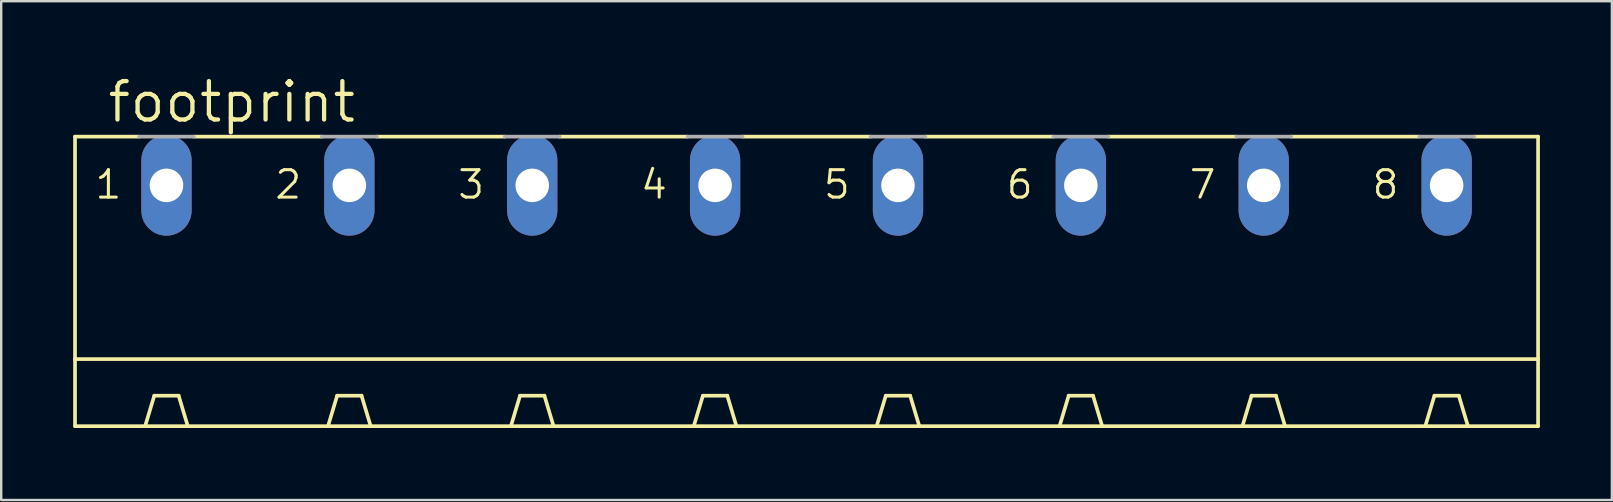
<source format=kicad_pcb>
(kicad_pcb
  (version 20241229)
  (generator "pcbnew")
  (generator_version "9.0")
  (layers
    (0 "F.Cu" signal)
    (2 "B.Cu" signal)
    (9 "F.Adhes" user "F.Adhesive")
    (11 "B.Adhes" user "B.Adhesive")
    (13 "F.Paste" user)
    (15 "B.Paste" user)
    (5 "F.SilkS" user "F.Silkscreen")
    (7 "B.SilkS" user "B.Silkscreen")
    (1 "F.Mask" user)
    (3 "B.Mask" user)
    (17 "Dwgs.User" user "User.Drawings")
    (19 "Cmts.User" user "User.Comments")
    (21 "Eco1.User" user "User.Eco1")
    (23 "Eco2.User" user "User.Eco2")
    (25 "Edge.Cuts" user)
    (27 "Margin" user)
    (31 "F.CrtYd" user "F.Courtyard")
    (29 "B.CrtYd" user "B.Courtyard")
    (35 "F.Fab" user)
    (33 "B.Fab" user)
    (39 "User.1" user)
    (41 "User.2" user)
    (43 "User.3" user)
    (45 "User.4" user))
  (footprint "footprint"
    (layer "F.Cu")
    (at 30.556 9.754)
    (property "Reference" "footprint" (at -29.21 -7.62 0) (layer "F.SilkS") (effects (font (size 1.6 1.6) (thickness 0.178)) (justify left bottom)))
    (fp_line (start -30.48 -7.112) (end -30.48 2.159) (stroke (width 0.152) (type solid)) (layer "F.SilkS"))
    (fp_line (start -30.48 -7.112) (end -27.813 -7.112) (stroke (width 0.152) (type solid)) (layer "F.SilkS"))
    (fp_line (start -30.48 2.159) (end -30.48 4.953) (stroke (width 0.152) (type solid)) (layer "F.SilkS"))
    (fp_line (start -30.48 2.159) (end 30.48 2.159) (stroke (width 0.152) (type solid)) (layer "F.SilkS"))
    (fp_line (start -27.559 4.953) (end -27.178 3.683) (stroke (width 0.152) (type solid)) (layer "F.SilkS"))
    (fp_line (start -26.162 3.683) (end -27.178 3.683) (stroke (width 0.152) (type solid)) (layer "F.SilkS"))
    (fp_line (start -25.781 4.953) (end -26.162 3.683) (stroke (width 0.152) (type solid)) (layer "F.SilkS"))
    (fp_line (start -25.527 -7.112) (end -20.193 -7.112) (stroke (width 0.152) (type solid)) (layer "F.SilkS"))
    (fp_line (start -19.939 4.953) (end -19.558 3.683) (stroke (width 0.152) (type solid)) (layer "F.SilkS"))
    (fp_line (start -19.558 3.683) (end -18.542 3.683) (stroke (width 0.152) (type solid)) (layer "F.SilkS"))
    (fp_line (start -18.161 4.953) (end -18.542 3.683) (stroke (width 0.152) (type solid)) (layer "F.SilkS"))
    (fp_line (start -17.907 -7.112) (end -12.573 -7.112) (stroke (width 0.152) (type solid)) (layer "F.SilkS"))
    (fp_line (start -12.319 4.953) (end -11.938 3.683) (stroke (width 0.152) (type solid)) (layer "F.SilkS"))
    (fp_line (start -11.938 3.683) (end -10.922 3.683) (stroke (width 0.152) (type solid)) (layer "F.SilkS"))
    (fp_line (start -10.541 4.953) (end -10.922 3.683) (stroke (width 0.152) (type solid)) (layer "F.SilkS"))
    (fp_line (start -10.287 -7.112) (end -4.953 -7.112) (stroke (width 0.152) (type solid)) (layer "F.SilkS"))
    (fp_line (start -4.699 4.953) (end -30.48 4.953) (stroke (width 0.152) (type solid)) (layer "F.SilkS"))
    (fp_line (start -4.699 4.953) (end -4.318 3.683) (stroke (width 0.152) (type solid)) (layer "F.SilkS"))
    (fp_line (start -4.318 3.683) (end -3.302 3.683) (stroke (width 0.152) (type solid)) (layer "F.SilkS"))
    (fp_line (start -2.921 4.953) (end -4.699 4.953) (stroke (width 0.152) (type solid)) (layer "F.SilkS"))
    (fp_line (start -2.921 4.953) (end -3.302 3.683) (stroke (width 0.152) (type solid)) (layer "F.SilkS"))
    (fp_line (start -2.667 -7.112) (end 2.667 -7.112) (stroke (width 0.152) (type solid)) (layer "F.SilkS"))
    (fp_line (start 2.921 4.953) (end -2.921 4.953) (stroke (width 0.152) (type solid)) (layer "F.SilkS"))
    (fp_line (start 2.921 4.953) (end 3.302 3.683) (stroke (width 0.152) (type solid)) (layer "F.SilkS"))
    (fp_line (start 3.302 3.683) (end 4.318 3.683) (stroke (width 0.152) (type solid)) (layer "F.SilkS"))
    (fp_line (start 4.699 4.953) (end 2.921 4.953) (stroke (width 0.152) (type solid)) (layer "F.SilkS"))
    (fp_line (start 4.699 4.953) (end 4.318 3.683) (stroke (width 0.152) (type solid)) (layer "F.SilkS"))
    (fp_line (start 4.953 -7.112) (end 10.287 -7.112) (stroke (width 0.152) (type solid)) (layer "F.SilkS"))
    (fp_line (start 10.541 4.953) (end 4.699 4.953) (stroke (width 0.152) (type solid)) (layer "F.SilkS"))
    (fp_line (start 10.541 4.953) (end 10.922 3.683) (stroke (width 0.152) (type solid)) (layer "F.SilkS"))
    (fp_line (start 10.922 3.683) (end 11.938 3.683) (stroke (width 0.152) (type solid)) (layer "F.SilkS"))
    (fp_line (start 12.319 4.953) (end 10.541 4.953) (stroke (width 0.152) (type solid)) (layer "F.SilkS"))
    (fp_line (start 12.319 4.953) (end 11.938 3.683) (stroke (width 0.152) (type solid)) (layer "F.SilkS"))
    (fp_line (start 12.573 -7.112) (end 17.907 -7.112) (stroke (width 0.152) (type solid)) (layer "F.SilkS"))
    (fp_line (start 18.161 4.953) (end 12.319 4.953) (stroke (width 0.152) (type solid)) (layer "F.SilkS"))
    (fp_line (start 18.161 4.953) (end 18.542 3.683) (stroke (width 0.152) (type solid)) (layer "F.SilkS"))
    (fp_line (start 18.542 3.683) (end 19.558 3.683) (stroke (width 0.152) (type solid)) (layer "F.SilkS"))
    (fp_line (start 19.939 4.953) (end 18.161 4.953) (stroke (width 0.152) (type solid)) (layer "F.SilkS"))
    (fp_line (start 19.939 4.953) (end 19.558 3.683) (stroke (width 0.152) (type solid)) (layer "F.SilkS"))
    (fp_line (start 20.193 -7.112) (end 25.527 -7.112) (stroke (width 0.152) (type solid)) (layer "F.SilkS"))
    (fp_line (start 25.781 4.953) (end 19.939 4.953) (stroke (width 0.152) (type solid)) (layer "F.SilkS"))
    (fp_line (start 25.781 4.953) (end 26.162 3.683) (stroke (width 0.152) (type solid)) (layer "F.SilkS"))
    (fp_line (start 26.162 3.683) (end 27.178 3.683) (stroke (width 0.152) (type solid)) (layer "F.SilkS"))
    (fp_line (start 27.559 4.953) (end 25.781 4.953) (stroke (width 0.152) (type solid)) (layer "F.SilkS"))
    (fp_line (start 27.559 4.953) (end 27.178 3.683) (stroke (width 0.152) (type solid)) (layer "F.SilkS"))
    (fp_line (start 27.813 -7.112) (end 30.48 -7.112) (stroke (width 0.152) (type solid)) (layer "F.SilkS"))
    (fp_line (start 30.48 -7.112) (end 30.48 2.159) (stroke (width 0.152) (type solid)) (layer "F.SilkS"))
    (fp_line (start 30.48 2.159) (end 30.48 4.953) (stroke (width 0.152) (type solid)) (layer "F.SilkS"))
    (fp_line (start 30.48 4.953) (end 27.559 4.953) (stroke (width 0.152) (type solid)) (layer "F.SilkS"))
    (fp_line (start -27.813 -7.112) (end -25.527 -7.112) (stroke (width 0.152) (type solid)) (layer "F.Fab"))
    (fp_line (start -20.193 -7.112) (end -17.907 -7.112) (stroke (width 0.152) (type solid)) (layer "F.Fab"))
    (fp_line (start -12.573 -7.112) (end -10.287 -7.112) (stroke (width 0.152) (type solid)) (layer "F.Fab"))
    (fp_line (start -4.953 -7.112) (end -2.667 -7.112) (stroke (width 0.152) (type solid)) (layer "F.Fab"))
    (fp_line (start 2.667 -7.112) (end 4.953 -7.112) (stroke (width 0.152) (type solid)) (layer "F.Fab"))
    (fp_line (start 10.287 -7.112) (end 12.573 -7.112) (stroke (width 0.152) (type solid)) (layer "F.Fab"))
    (fp_line (start 17.907 -7.112) (end 20.193 -7.112) (stroke (width 0.152) (type solid)) (layer "F.Fab"))
    (fp_line (start 25.527 -7.112) (end 27.813 -7.112) (stroke (width 0.152) (type solid)) (layer "F.Fab"))
    (fp_text user "6" (at 8.255 -4.445 0) (layer "F.SilkS") (effects (font (size 1.143 1.143) (thickness 0.127)) (justify left bottom)))
    (fp_text user "1" (at -29.718 -4.445 0) (layer "F.SilkS") (effects (font (size 1.143 1.143) (thickness 0.127)) (justify left bottom)))
    (fp_text user "5" (at 0.635 -4.445 0) (layer "F.SilkS") (effects (font (size 1.143 1.143) (thickness 0.127)) (justify left bottom)))
    (fp_text user "8" (at 23.495 -4.445 0) (layer "F.SilkS") (effects (font (size 1.143 1.143) (thickness 0.127)) (justify left bottom)))
    (fp_text user "3" (at -14.605 -4.445 0) (layer "F.SilkS") (effects (font (size 1.143 1.143) (thickness 0.127)) (justify left bottom)))
    (fp_text user "7" (at 15.875 -4.445 0) (layer "F.SilkS") (effects (font (size 1.143 1.143) (thickness 0.127)) (justify left bottom)))
    (fp_text user "2" (at -22.225 -4.445 0) (layer "F.SilkS") (effects (font (size 1.143 1.143) (thickness 0.127)) (justify left bottom)))
    (fp_text user "4" (at -6.985 -4.445 0) (layer "F.SilkS") (effects (font (size 1.143 1.143) (thickness 0.127)) (justify left bottom)))
    (pad "1" thru_hole oval (at -26.67 -5.08 90) (size 4.191 2.095) (drill 1.397) (layers "*.Cu" "*.Mask"))
    (pad "2" thru_hole oval (at -19.05 -5.08 90) (size 4.191 2.095) (drill 1.397) (layers "*.Cu" "*.Mask"))
    (pad "3" thru_hole oval (at -11.43 -5.08 90) (size 4.191 2.095) (drill 1.397) (layers "*.Cu" "*.Mask"))
    (pad "4" thru_hole oval (at -3.81 -5.08 90) (size 4.191 2.095) (drill 1.397) (layers "*.Cu" "*.Mask"))
    (pad "5" thru_hole oval (at 3.81 -5.08 90) (size 4.191 2.095) (drill 1.397) (layers "*.Cu" "*.Mask"))
    (pad "6" thru_hole oval (at 11.43 -5.08 90) (size 4.191 2.095) (drill 1.397) (layers "*.Cu" "*.Mask"))
    (pad "7" thru_hole oval (at 19.05 -5.08 90) (size 4.191 2.095) (drill 1.397) (layers "*.Cu" "*.Mask"))
    (pad "8" thru_hole oval (at 26.67 -5.08 90) (size 4.191 2.095) (drill 1.397) (layers "*.Cu" "*.Mask")))
  (gr_rect
    (start -3 -3)
    (end 64.112 17.783)
    (stroke (width 0.1) (type default))
    (fill no)
    (layer "Edge.Cuts")))
</source>
